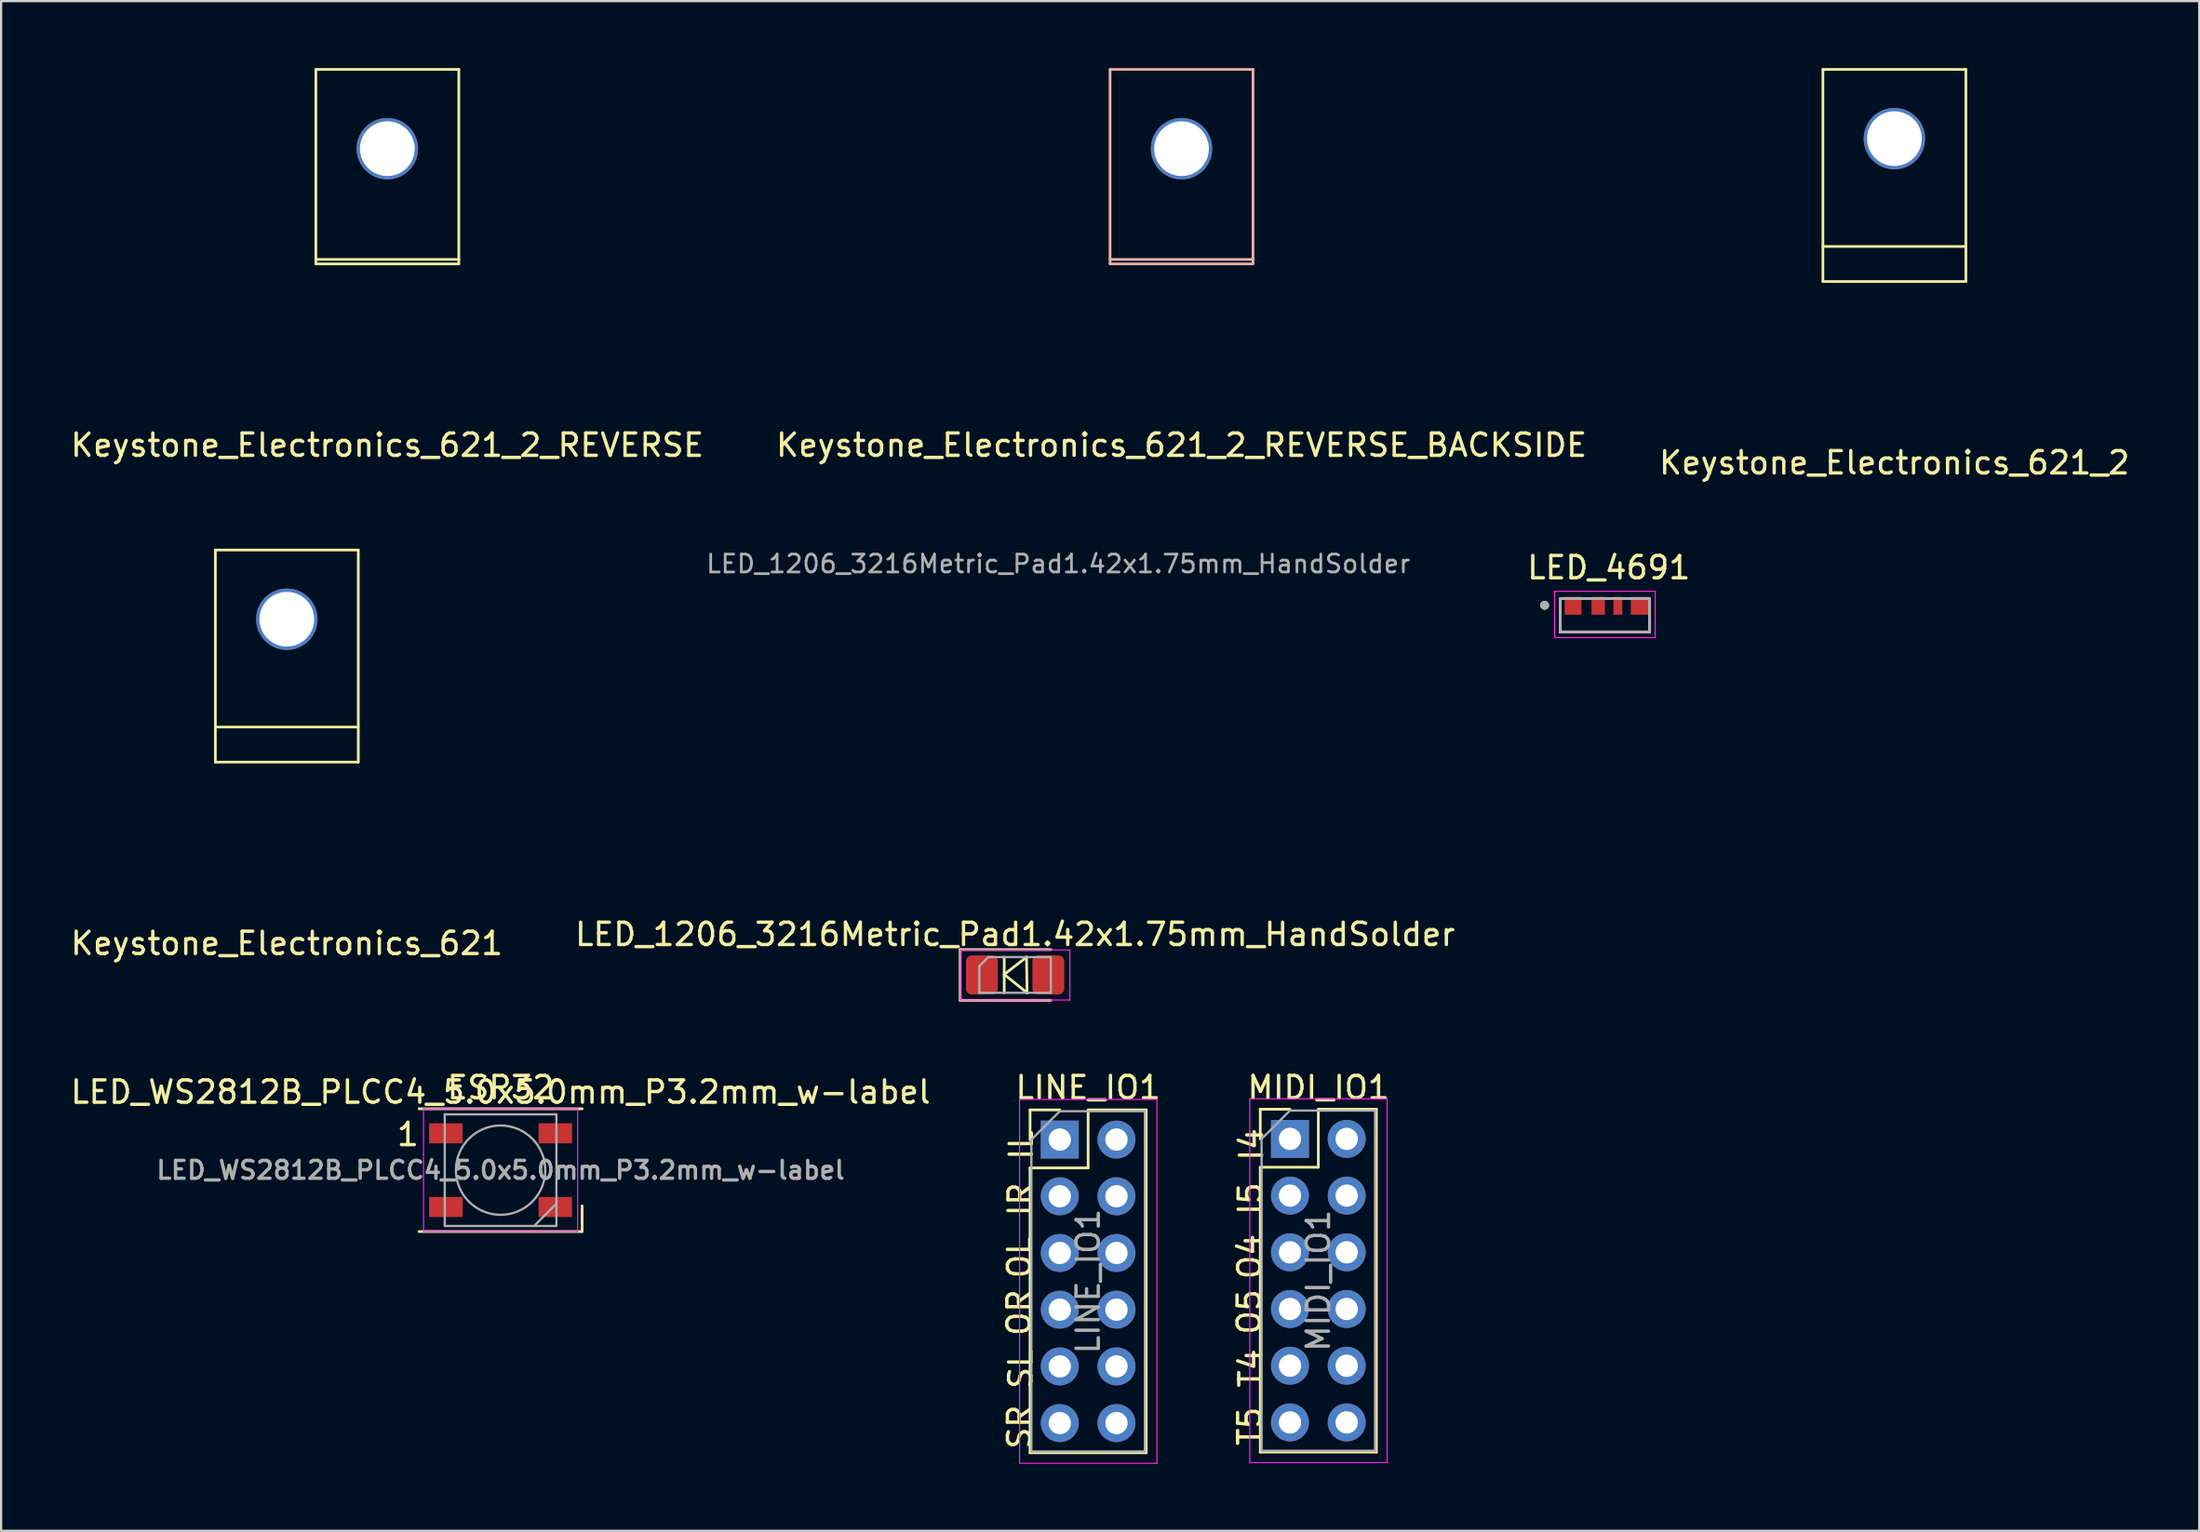
<source format=kicad_pcb>
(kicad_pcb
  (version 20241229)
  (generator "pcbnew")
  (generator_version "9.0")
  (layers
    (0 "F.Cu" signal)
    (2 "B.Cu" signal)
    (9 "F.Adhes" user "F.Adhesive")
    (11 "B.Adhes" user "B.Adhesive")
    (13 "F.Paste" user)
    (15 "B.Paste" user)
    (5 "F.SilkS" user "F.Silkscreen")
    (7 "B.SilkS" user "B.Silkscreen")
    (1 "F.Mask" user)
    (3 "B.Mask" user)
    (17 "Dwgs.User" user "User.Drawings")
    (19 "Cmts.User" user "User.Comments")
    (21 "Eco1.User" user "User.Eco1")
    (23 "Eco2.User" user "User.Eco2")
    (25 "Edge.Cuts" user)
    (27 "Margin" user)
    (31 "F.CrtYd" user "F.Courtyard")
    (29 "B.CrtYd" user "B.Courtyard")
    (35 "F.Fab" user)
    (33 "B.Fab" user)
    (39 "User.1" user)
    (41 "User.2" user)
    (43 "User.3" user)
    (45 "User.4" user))
  (footprint "LED_1206_3216Metric_Pad1.42x1.75mm_HandSolder"
    (layer "F.Cu")
    (at 42.399 40.624)
    (property "Reference" "LED_1206_3216Metric_Pad1.42x1.75mm_HandSolder" (at 0 -1.82 0) (layer "F.SilkS") (effects (font (size 1 1) (thickness 0.15))))
    (attr smd)
    (fp_line (start -2.46 -1.135) (end -2.46 1.135) (stroke (width 0.12) (type solid)) (layer "F.SilkS"))
    (fp_line (start -2.46 1.135) (end 1.6 1.135) (stroke (width 0.12) (type solid)) (layer "F.SilkS"))
    (fp_line (start -0.487 -0.8) (end -0.487 0.8) (stroke (width 0.12) (type solid)) (layer "F.SilkS"))
    (fp_line (start -0.487 -0.025) (end 0.512 -0.8) (stroke (width 0.12) (type solid)) (layer "F.SilkS"))
    (fp_line (start 0.512 -0.8) (end 0.537 0.8) (stroke (width 0.12) (type solid)) (layer "F.SilkS"))
    (fp_line (start 0.537 0.8) (end -0.487 -0.025) (stroke (width 0.12) (type solid)) (layer "F.SilkS"))
    (fp_line (start 1.6 -1.135) (end -2.46 -1.135) (stroke (width 0.12) (type solid)) (layer "F.SilkS"))
    (fp_line (start -2.45 -1.12) (end 2.45 -1.12) (stroke (width 0.05) (type solid)) (layer "F.CrtYd"))
    (fp_line (start -2.45 1.12) (end -2.45 -1.12) (stroke (width 0.05) (type solid)) (layer "F.CrtYd"))
    (fp_line (start 2.45 -1.12) (end 2.45 1.12) (stroke (width 0.05) (type solid)) (layer "F.CrtYd"))
    (fp_line (start 2.45 1.12) (end -2.45 1.12) (stroke (width 0.05) (type solid)) (layer "F.CrtYd"))
    (fp_line (start -1.6 -0.4) (end -1.6 0.8) (stroke (width 0.1) (type solid)) (layer "F.Fab"))
    (fp_line (start -1.6 0.8) (end 1.6 0.8) (stroke (width 0.1) (type solid)) (layer "F.Fab"))
    (fp_line (start -1.2 -0.8) (end -1.6 -0.4) (stroke (width 0.1) (type solid)) (layer "F.Fab"))
    (fp_line (start 1.6 -0.8) (end -1.2 -0.8) (stroke (width 0.1) (type solid)) (layer "F.Fab"))
    (fp_line (start 1.6 0.8) (end 1.6 -0.8) (stroke (width 0.1) (type solid)) (layer "F.Fab"))
    (fp_text user "${REFERENCE}" (at 1.934 -18.417 0) (layer "F.Fab") (effects (font (size 0.8 0.8) (thickness 0.12))))
    (pad "1" smd roundrect (at -1.488 0) (size 1.425 1.75) (layers "F.Cu" "F.Mask" "F.Paste") (roundrect_rratio 0.175))
    (pad "2" smd roundrect (at 1.488 0) (size 1.425 1.75) (layers "F.Cu" "F.Mask" "F.Paste") (roundrect_rratio 0.175)))
  (footprint "MIDI_IO1"
    (layer "F.Cu")
    (at 54.706 47.967)
    (property "Reference" "MIDI_IO1" (at 1.275 -2.3 180) (layer "F.SilkS") (effects (font (size 1 1) (thickness 0.15))))
    (attr through_hole exclude_from_bom)
    (fp_line (start -1.33 -1.33) (end 0 -1.33) (stroke (width 0.12) (type solid)) (layer "F.SilkS"))
    (fp_line (start -1.33 0) (end -1.33 -1.33) (stroke (width 0.12) (type solid)) (layer "F.SilkS"))
    (fp_line (start -1.33 1.27) (end -1.33 14.03) (stroke (width 0.12) (type solid)) (layer "F.SilkS"))
    (fp_line (start -1.33 1.27) (end 1.27 1.27) (stroke (width 0.12) (type solid)) (layer "F.SilkS"))
    (fp_line (start -1.33 14.03) (end 3.87 14.03) (stroke (width 0.12) (type solid)) (layer "F.SilkS"))
    (fp_line (start 1.27 -1.33) (end 3.87 -1.33) (stroke (width 0.12) (type solid)) (layer "F.SilkS"))
    (fp_line (start 1.27 1.27) (end 1.27 -1.33) (stroke (width 0.12) (type solid)) (layer "F.SilkS"))
    (fp_line (start 3.87 -1.33) (end 3.87 14.03) (stroke (width 0.12) (type solid)) (layer "F.SilkS"))
    (fp_line (start -1.8 -1.8) (end -1.8 14.5) (stroke (width 0.05) (type solid)) (layer "F.CrtYd"))
    (fp_line (start -1.8 14.5) (end 4.35 14.5) (stroke (width 0.05) (type solid)) (layer "F.CrtYd"))
    (fp_line (start 4.35 -1.8) (end -1.8 -1.8) (stroke (width 0.05) (type solid)) (layer "F.CrtYd"))
    (fp_line (start 4.35 14.5) (end 4.35 -1.8) (stroke (width 0.05) (type solid)) (layer "F.CrtYd"))
    (fp_line (start -1.27 0) (end 0 -1.27) (stroke (width 0.1) (type solid)) (layer "F.Fab"))
    (fp_line (start -1.27 13.97) (end -1.27 0) (stroke (width 0.1) (type solid)) (layer "F.Fab"))
    (fp_line (start 0 -1.27) (end 3.81 -1.27) (stroke (width 0.1) (type solid)) (layer "F.Fab"))
    (fp_line (start 3.81 -1.27) (end 3.81 13.97) (stroke (width 0.1) (type solid)) (layer "F.Fab"))
    (fp_line (start 3.81 13.97) (end -1.27 13.97) (stroke (width 0.1) (type solid)) (layer "F.Fab"))
    (fp_text user "T5" (at -1.8 12.875 90) (unlocked yes) (layer "F.SilkS") (effects (font (size 1 1) (thickness 0.15))))
    (fp_text user "T4" (at -1.75 10.275 90) (unlocked yes) (layer "F.SilkS") (effects (font (size 1 1) (thickness 0.15))))
    (fp_text user "O5" (at -1.825 7.75 90) (unlocked yes) (layer "F.SilkS") (effects (font (size 1 1) (thickness 0.15))))
    (fp_text user "I4" (at -1.725 0.25 90) (unlocked yes) (layer "F.SilkS") (effects (font (size 1 1) (thickness 0.15))))
    (fp_text user "O4" (at -1.8 5.275 90) (unlocked yes) (layer "F.SilkS") (effects (font (size 1 1) (thickness 0.15))))
    (fp_text user "I5" (at -1.775 2.675 90) (unlocked yes) (layer "F.SilkS") (effects (font (size 1 1) (thickness 0.15))))
    (fp_text user "${REFERENCE}" (at 1.27 6.35 270) (layer "F.Fab") (effects (font (size 1 1) (thickness 0.15))))
    (pad "1" thru_hole rect (at 0 0) (size 1.7 1.7) (drill 1) (layers "*.Cu" "*.Mask"))
    (pad "2" thru_hole oval (at 2.54 0) (size 1.7 1.7) (drill 1) (layers "*.Cu" "*.Mask"))
    (pad "3" thru_hole oval (at 0 2.54) (size 1.7 1.7) (drill 1) (layers "*.Cu" "*.Mask"))
    (pad "4" thru_hole oval (at 2.54 2.54) (size 1.7 1.7) (drill 1) (layers "*.Cu" "*.Mask"))
    (pad "5" thru_hole oval (at 0 5.08) (size 1.7 1.7) (drill 1) (layers "*.Cu" "*.Mask"))
    (pad "6" thru_hole oval (at 2.54 5.08) (size 1.7 1.7) (drill 1) (layers "*.Cu" "*.Mask"))
    (pad "7" thru_hole oval (at 0 7.62) (size 1.7 1.7) (drill 1) (layers "*.Cu" "*.Mask"))
    (pad "8" thru_hole oval (at 2.54 7.62) (size 1.7 1.7) (drill 1) (layers "*.Cu" "*.Mask"))
    (pad "9" thru_hole oval (at 0 10.16) (size 1.7 1.7) (drill 1) (layers "*.Cu" "*.Mask"))
    (pad "10" thru_hole oval (at 2.54 10.16) (size 1.7 1.7) (drill 1) (layers "*.Cu" "*.Mask"))
    (pad "11" thru_hole oval (at 0 12.7) (size 1.7 1.7) (drill 1) (layers "*.Cu" "*.Mask"))
    (pad "12" thru_hole oval (at 2.54 12.7) (size 1.7 1.7) (drill 1) (layers "*.Cu" "*.Mask")))
  (footprint "Keystone_Electronics_621"
    (layer "F.Cu")
    (at 9.792 31.088)
    (property "Reference" "Keystone_Electronics_621" (at 0 8.12 0) (layer "F.SilkS") (effects (font (size 1 1) (thickness 0.15))))
    (attr through_hole)
    (fp_line (start -3.2 -9.5) (end 3.2 -9.5) (stroke (width 0.12) (type solid)) (layer "F.SilkS"))
    (fp_line (start -3.2 -1.57) (end 3.2 -1.57) (stroke (width 0.12) (type solid)) (layer "F.SilkS"))
    (fp_line (start -3.2 0) (end -3.2 -9.5) (stroke (width 0.12) (type solid)) (layer "F.SilkS"))
    (fp_line (start -3.2 0) (end 3.2 0) (stroke (width 0.12) (type solid)) (layer "F.SilkS"))
    (fp_line (start 3.2 0) (end 3.2 -9.5) (stroke (width 0.12) (type solid)) (layer "F.SilkS"))
    (pad "1" thru_hole circle (at 0 -6.4 90) (size 2.75 2.75) (drill 2.45) (layers "*.Cu" "*.Mask")))
  (footprint "Keystone_Electronics_621_2_REVERSE"
    (layer "F.Cu")
    (at 14.292 8.77)
    (property "Reference" "Keystone_Electronics_621_2_REVERSE" (at 0 8.12 0) (layer "F.SilkS") (effects (font (size 1 1) (thickness 0.15))))
    (attr through_hole)
    (fp_line (start -3.2 0) (end -3.2 -8.71) (stroke (width 0.12) (type solid)) (layer "F.SilkS"))
    (fp_line (start 3.2 -8.71) (end -3.2 -8.71) (stroke (width 0.12) (type solid)) (layer "F.SilkS"))
    (fp_line (start 3.2 -0.2) (end -3.2 -0.2) (stroke (width 0.12) (type solid)) (layer "F.SilkS"))
    (fp_line (start 3.2 0) (end -3.2 0) (stroke (width 0.12) (type solid)) (layer "F.SilkS"))
    (fp_line (start 3.2 0) (end 3.2 -8.71) (stroke (width 0.12) (type solid)) (layer "F.SilkS"))
    (pad "1" thru_hole circle (at 0 -5.16 270) (size 2.75 2.75) (drill 2.45) (layers "*.Cu" "*.Mask")))
  (footprint "Keystone_Electronics_621_2"
    (layer "F.Cu")
    (at 81.768 9.56)
    (property "Reference" "Keystone_Electronics_621_2" (at 0 8.12 0) (layer "F.SilkS") (effects (font (size 1 1) (thickness 0.15))))
    (attr through_hole)
    (fp_line (start -3.2 -9.5) (end 3.2 -9.5) (stroke (width 0.12) (type solid)) (layer "F.SilkS"))
    (fp_line (start -3.2 -1.57) (end 3.2 -1.57) (stroke (width 0.12) (type solid)) (layer "F.SilkS"))
    (fp_line (start -3.2 0) (end -3.2 -9.5) (stroke (width 0.12) (type solid)) (layer "F.SilkS"))
    (fp_line (start -3.2 0) (end 3.2 0) (stroke (width 0.12) (type solid)) (layer "F.SilkS"))
    (fp_line (start 3.2 0) (end 3.2 -9.5) (stroke (width 0.12) (type solid)) (layer "F.SilkS"))
    (pad "1" thru_hole circle (at 0 -6.4 90) (size 2.75 2.75) (drill 2.45) (layers "*.Cu" "*.Mask")))
  (footprint "LED_WS2812B_PLCC4_5.0x5.0mm_P3.2mm_w-label"
    (layer "F.Cu")
    (at 19.363 49.367)
    (property "Reference" "LED_WS2812B_PLCC4_5.0x5.0mm_P3.2mm_w-label" (at 0 -3.5 0) (layer "F.SilkS") (effects (font (size 1 1) (thickness 0.15))))
    (property "Label" "ESP32" (at 0 0 0) (layer "F.Fab") (hide yes) (effects (font (size 1.27 1.27) (thickness 0.15))))
    (attr smd)
    (fp_line (start -3.65 -2.75) (end 3.65 -2.75) (stroke (width 0.12) (type solid)) (layer "F.SilkS"))
    (fp_line (start -3.65 2.75) (end 3.65 2.75) (stroke (width 0.12) (type solid)) (layer "F.SilkS"))
    (fp_line (start 3.65 2.75) (end 3.65 1.6) (stroke (width 0.12) (type solid)) (layer "F.SilkS"))
    (fp_line (start -3.45 -2.75) (end -3.45 2.75) (stroke (width 0.05) (type solid)) (layer "F.CrtYd"))
    (fp_line (start -3.45 2.75) (end 3.45 2.75) (stroke (width 0.05) (type solid)) (layer "F.CrtYd"))
    (fp_line (start 3.45 -2.75) (end -3.45 -2.75) (stroke (width 0.05) (type solid)) (layer "F.CrtYd"))
    (fp_line (start 3.45 2.75) (end 3.45 -2.75) (stroke (width 0.05) (type solid)) (layer "F.CrtYd"))
    (fp_line (start -2.5 -2.5) (end -2.5 2.5) (stroke (width 0.1) (type solid)) (layer "F.Fab"))
    (fp_line (start -2.5 2.5) (end 2.5 2.5) (stroke (width 0.1) (type solid)) (layer "F.Fab"))
    (fp_line (start 2.5 -2.5) (end -2.5 -2.5) (stroke (width 0.1) (type solid)) (layer "F.Fab"))
    (fp_line (start 2.5 1.5) (end 1.5 2.5) (stroke (width 0.1) (type solid)) (layer "F.Fab"))
    (fp_line (start 2.5 2.5) (end 2.5 -2.5) (stroke (width 0.1) (type solid)) (layer "F.Fab"))
    (fp_circle (center 0 0) (end 0 -2) (stroke (width 0.1) (type solid)) (fill no) (layer "F.Fab"))
    (fp_text user "1" (at -4.15 -1.6 0) (layer "F.SilkS") (effects (font (size 1 1) (thickness 0.15))))
    (fp_text user "${Label}" (at 0 -3.7 0) (layer "F.SilkS") (effects (font (size 1 1) (thickness 0.15))))
    (fp_text user "${REFERENCE}" (at 0 0 0) (layer "F.Fab") (effects (font (size 0.8 0.8) (thickness 0.15))))
    (pad "1" smd rect (at -2.45 -1.65) (size 1.5 0.9) (layers "F.Cu" "F.Mask" "F.Paste"))
    (pad "2" smd rect (at -2.45 1.65) (size 1.5 0.9) (layers "F.Cu" "F.Mask" "F.Paste"))
    (pad "3" smd rect (at 2.45 1.65) (size 1.5 0.9) (layers "F.Cu" "F.Mask" "F.Paste"))
    (pad "4" smd rect (at 2.45 -1.65) (size 1.5 0.9) (layers "F.Cu" "F.Mask" "F.Paste")))
  (footprint "LED_4691"
    (layer "F.Cu")
    (at 68.807 24.512)
    (property "Reference" "LED_4691" (at 0.175 -2.135 0) (layer "F.SilkS") (effects (font (size 1 1) (thickness 0.15))))
    (attr smd)
    (fp_line (start -2 0.75) (end -2 0.295) (stroke (width 0.127) (type solid)) (layer "F.SilkS"))
    (fp_line (start 2 0.295) (end 2 0.75) (stroke (width 0.127) (type solid)) (layer "F.SilkS"))
    (fp_line (start 2 0.75) (end -2 0.75) (stroke (width 0.127) (type solid)) (layer "F.SilkS"))
    (fp_circle (center -2.7 -0.45) (end -2.6 -0.45) (stroke (width 0.2) (type solid)) (fill no) (layer "F.SilkS"))
    (fp_line (start -2.25 -1.075) (end 2.25 -1.075) (stroke (width 0.05) (type solid)) (layer "F.CrtYd"))
    (fp_line (start -2.25 1) (end -2.25 -1.075) (stroke (width 0.05) (type solid)) (layer "F.CrtYd"))
    (fp_line (start 2.25 -1.075) (end 2.25 1) (stroke (width 0.05) (type solid)) (layer "F.CrtYd"))
    (fp_line (start 2.25 1) (end -2.25 1) (stroke (width 0.05) (type solid)) (layer "F.CrtYd"))
    (fp_line (start -2 -0.75) (end 2 -0.75) (stroke (width 0.127) (type solid)) (layer "F.Fab"))
    (fp_line (start -2 0.75) (end -2 -0.75) (stroke (width 0.127) (type solid)) (layer "F.Fab"))
    (fp_line (start 2 -0.75) (end 2 0.75) (stroke (width 0.127) (type solid)) (layer "F.Fab"))
    (fp_line (start 2 0.75) (end -2 0.75) (stroke (width 0.127) (type solid)) (layer "F.Fab"))
    (fp_circle (center -2.7 -0.45) (end -2.6 -0.45) (stroke (width 0.2) (type solid)) (fill no) (layer "F.Fab"))
    (pad "1" smd rect (at -1.425 -0.425) (size 0.75 0.8) (layers "F.Cu" "F.Mask" "F.Paste"))
    (pad "2" smd rect (at -0.3 -0.425) (size 0.6 0.8) (layers "F.Cu" "F.Mask" "F.Paste"))
    (pad "3" smd rect (at 0.58 -0.425) (size 0.4 0.8) (layers "F.Cu" "F.Mask" "F.Paste"))
    (pad "4" smd rect (at 1.56 -0.425) (size 0.8 0.8) (layers "F.Cu" "F.Mask" "F.Paste")))
  (footprint "Keystone_Electronics_621_2_REVERSE_BACKSIDE"
    (layer "F.Cu")
    (at 49.851 8.77)
    (property "Reference" "Keystone_Electronics_621_2_REVERSE_BACKSIDE" (at 0 8.12 0) (layer "F.SilkS") (effects (font (size 1 1) (thickness 0.15))))
    (attr through_hole)
    (fp_line (start -3.2 -8.71) (end 3.2 -8.71) (stroke (width 0.12) (type solid)) (layer "B.SilkS"))
    (fp_line (start -3.2 -0.2) (end 3.2 -0.2) (stroke (width 0.12) (type solid)) (layer "B.SilkS"))
    (fp_line (start -3.2 0) (end -3.2 -8.71) (stroke (width 0.12) (type solid)) (layer "B.SilkS"))
    (fp_line (start -3.2 0) (end 3.2 0) (stroke (width 0.12) (type solid)) (layer "B.SilkS"))
    (fp_line (start 3.2 0) (end 3.2 -8.71) (stroke (width 0.12) (type solid)) (layer "B.SilkS"))
    (pad "1" thru_hole circle (at 0 -5.16 90) (size 2.75 2.75) (drill 2.45) (layers "*.Cu" "*.Mask")))
  (footprint "LINE_IO1"
    (layer "F.Cu")
    (at 44.399 47.997)
    (property "Reference" "LINE_IO1" (at 1.27 -2.33 0) (layer "F.SilkS") (effects (font (size 1 1) (thickness 0.15))))
    (attr through_hole)
    (fp_line (start -1.33 -1.33) (end 0 -1.33) (stroke (width 0.12) (type solid)) (layer "F.SilkS"))
    (fp_line (start -1.33 0) (end -1.33 -1.33) (stroke (width 0.12) (type solid)) (layer "F.SilkS"))
    (fp_line (start -1.33 1.27) (end -1.33 14.03) (stroke (width 0.12) (type solid)) (layer "F.SilkS"))
    (fp_line (start -1.33 1.27) (end 1.27 1.27) (stroke (width 0.12) (type solid)) (layer "F.SilkS"))
    (fp_line (start -1.33 14.03) (end 3.87 14.03) (stroke (width 0.12) (type solid)) (layer "F.SilkS"))
    (fp_line (start 1.27 -1.33) (end 3.87 -1.33) (stroke (width 0.12) (type solid)) (layer "F.SilkS"))
    (fp_line (start 1.27 1.27) (end 1.27 -1.33) (stroke (width 0.12) (type solid)) (layer "F.SilkS"))
    (fp_line (start 3.87 -1.33) (end 3.87 14.03) (stroke (width 0.12) (type solid)) (layer "F.SilkS"))
    (fp_line (start -1.8 -1.8) (end -1.8 14.5) (stroke (width 0.05) (type solid)) (layer "F.CrtYd"))
    (fp_line (start -1.8 14.5) (end 4.35 14.5) (stroke (width 0.05) (type solid)) (layer "F.CrtYd"))
    (fp_line (start 4.35 -1.8) (end -1.8 -1.8) (stroke (width 0.05) (type solid)) (layer "F.CrtYd"))
    (fp_line (start 4.35 14.5) (end 4.35 -1.8) (stroke (width 0.05) (type solid)) (layer "F.CrtYd"))
    (fp_line (start -1.27 0) (end 0 -1.27) (stroke (width 0.1) (type solid)) (layer "F.Fab"))
    (fp_line (start -1.27 13.97) (end -1.27 0) (stroke (width 0.1) (type solid)) (layer "F.Fab"))
    (fp_line (start 0 -1.27) (end 3.81 -1.27) (stroke (width 0.1) (type solid)) (layer "F.Fab"))
    (fp_line (start 3.81 -1.27) (end 3.81 13.97) (stroke (width 0.1) (type solid)) (layer "F.Fab"))
    (fp_line (start 3.81 13.97) (end -1.27 13.97) (stroke (width 0.1) (type solid)) (layer "F.Fab"))
    (fp_text user "SR" (at -1.8 12.875 90) (unlocked yes) (layer "F.SilkS") (effects (font (size 1 1) (thickness 0.15))))
    (fp_text user "OL" (at -1.8 5.275 90) (unlocked yes) (layer "F.SilkS") (effects (font (size 1 1) (thickness 0.15))))
    (fp_text user "IR" (at -1.775 2.675 90) (unlocked yes) (layer "F.SilkS") (effects (font (size 1 1) (thickness 0.15))))
    (fp_text user "SL" (at -1.75 10.275 90) (unlocked yes) (layer "F.SilkS") (effects (font (size 1 1) (thickness 0.15))))
    (fp_text user "IL" (at -1.725 0.25 90) (unlocked yes) (layer "F.SilkS") (effects (font (size 1 1) (thickness 0.15))))
    (fp_text user "OR" (at -1.825 7.75 90) (unlocked yes) (layer "F.SilkS") (effects (font (size 1 1) (thickness 0.15))))
    (fp_text user "${REFERENCE}" (at 1.27 6.35 90) (layer "F.Fab") (effects (font (size 1 1) (thickness 0.15))))
    (pad "1" thru_hole rect (at 0 0) (size 1.7 1.7) (drill 1) (layers "*.Cu" "*.Mask"))
    (pad "2" thru_hole oval (at 2.54 0) (size 1.7 1.7) (drill 1) (layers "*.Cu" "*.Mask"))
    (pad "3" thru_hole oval (at 0 2.54) (size 1.7 1.7) (drill 1) (layers "*.Cu" "*.Mask"))
    (pad "4" thru_hole oval (at 2.54 2.54) (size 1.7 1.7) (drill 1) (layers "*.Cu" "*.Mask"))
    (pad "5" thru_hole oval (at 0 5.08) (size 1.7 1.7) (drill 1) (layers "*.Cu" "*.Mask"))
    (pad "6" thru_hole oval (at 2.54 5.08) (size 1.7 1.7) (drill 1) (layers "*.Cu" "*.Mask"))
    (pad "7" thru_hole oval (at 0 7.62) (size 1.7 1.7) (drill 1) (layers "*.Cu" "*.Mask"))
    (pad "8" thru_hole oval (at 2.54 7.62) (size 1.7 1.7) (drill 1) (layers "*.Cu" "*.Mask"))
    (pad "9" thru_hole oval (at 0 10.16) (size 1.7 1.7) (drill 1) (layers "*.Cu" "*.Mask"))
    (pad "10" thru_hole oval (at 2.54 10.16) (size 1.7 1.7) (drill 1) (layers "*.Cu" "*.Mask"))
    (pad "11" thru_hole oval (at 0 12.7) (size 1.7 1.7) (drill 1) (layers "*.Cu" "*.Mask"))
    (pad "12" thru_hole oval (at 2.54 12.7) (size 1.7 1.7) (drill 1) (layers "*.Cu" "*.Mask")))
  (gr_rect
    (start -3 -3)
    (end 95.417 65.522)
    (stroke (width 0.1) (type default))
    (fill no)
    (layer "Edge.Cuts")))
</source>
